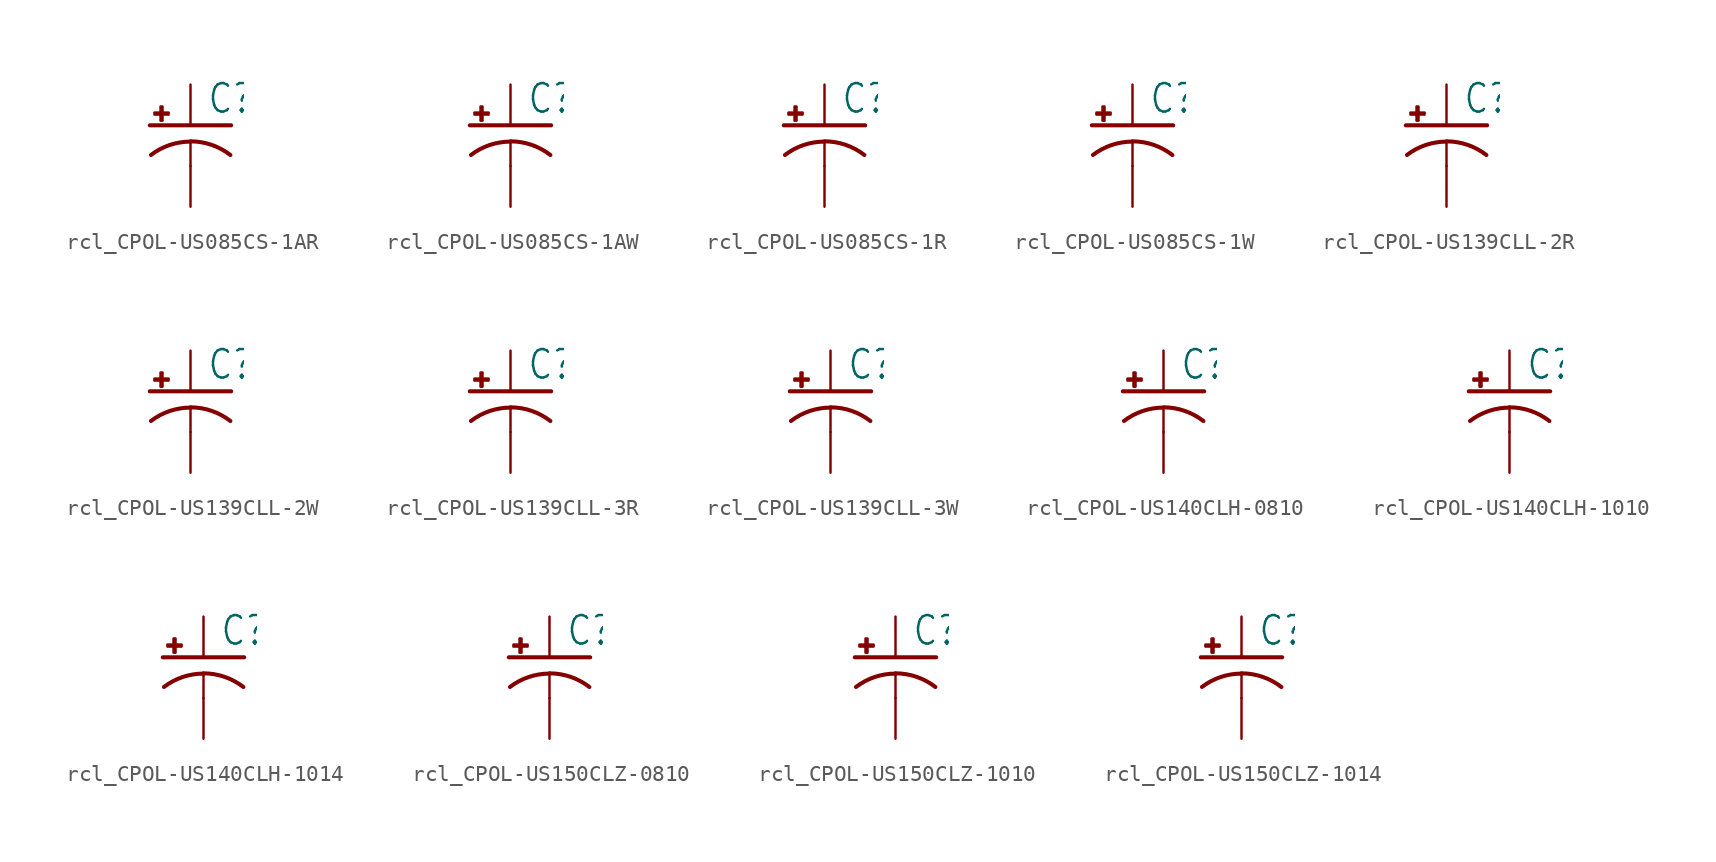
<source format=kicad_sym>
(kicad_symbol_lib
  (version 20220914)
  (generator kicad_symbol_editor)
  (symbol "rcl_CPOL-US085CS-1AR"
    (property "Reference" "C"
      (at 1.016 0.635 0)
      (effects (font (size 1.778 1.511)) (justify left bottom)))
    (property "Value" ""
      (at 1.016 -4.191 0)
      (effects (font (size 1.778 1.511)) (justify left bottom)))
    (property "ki_locked" ""
      (at 0 0 0)
      (effects (font (size 1.27 1.27))))
    (symbol "rcl_CPOL-US085CS-1AR_1_0"
      (rectangle (start -2.253 0.668) (end -1.364 0.795) (stroke (width 0) (type default)) (fill (type outline)))
      (rectangle (start -1.872 0.287) (end -1.745 1.176) (stroke (width 0) (type default)) (fill (type outline)))
      (arc (start 0 -1.0161) (mid -1.3021 -1.2303) (end -2.4669 -1.8504) (stroke (width 0.254) (type solid)) (fill (type none)))
      (polyline (pts (xy -2.54 0) (xy 2.54 0)) (stroke (width 0.254) (type solid)) (fill (type none)))
      (polyline (pts (xy 0 -1.016) (xy 0 -2.54)) (stroke (width 0.152) (type solid)) (fill (type none)))
      (arc (start 2.4892 -1.8541) (mid 1.3158 -1.2194) (end 0 -1) (stroke (width 0.254) (type solid)) (fill (type none)))
      (pin passive line (at 0 2.54 270) (length 2.54) (name "+" (effects (font (size 0 0)))) (number "+" (effects (font (size 0 0)))))
      (pin passive line (at 0 -5.08 90) (length 2.54) (name "-" (effects (font (size 0 0)))) (number "-" (effects (font (size 0 0)))))))
  (symbol "rcl_CPOL-US085CS-1AW"
    (property "Reference" "C"
      (at 1.016 0.635 0)
      (effects (font (size 1.778 1.511)) (justify left bottom)))
    (property "Value" ""
      (at 1.016 -4.191 0)
      (effects (font (size 1.778 1.511)) (justify left bottom)))
    (property "ki_locked" ""
      (at 0 0 0)
      (effects (font (size 1.27 1.27))))
    (symbol "rcl_CPOL-US085CS-1AW_1_0"
      (rectangle (start -2.253 0.668) (end -1.364 0.795) (stroke (width 0) (type default)) (fill (type outline)))
      (rectangle (start -1.872 0.287) (end -1.745 1.176) (stroke (width 0) (type default)) (fill (type outline)))
      (arc (start 0 -1.0161) (mid -1.3021 -1.2303) (end -2.4669 -1.8504) (stroke (width 0.254) (type solid)) (fill (type none)))
      (polyline (pts (xy -2.54 0) (xy 2.54 0)) (stroke (width 0.254) (type solid)) (fill (type none)))
      (polyline (pts (xy 0 -1.016) (xy 0 -2.54)) (stroke (width 0.152) (type solid)) (fill (type none)))
      (arc (start 2.4892 -1.8541) (mid 1.3158 -1.2194) (end 0 -1) (stroke (width 0.254) (type solid)) (fill (type none)))
      (pin passive line (at 0 2.54 270) (length 2.54) (name "+" (effects (font (size 0 0)))) (number "+" (effects (font (size 0 0)))))
      (pin passive line (at 0 -5.08 90) (length 2.54) (name "-" (effects (font (size 0 0)))) (number "-" (effects (font (size 0 0)))))))
  (symbol "rcl_CPOL-US085CS-1R"
    (property "Reference" "C"
      (at 1.016 0.635 0)
      (effects (font (size 1.778 1.511)) (justify left bottom)))
    (property "Value" ""
      (at 1.016 -4.191 0)
      (effects (font (size 1.778 1.511)) (justify left bottom)))
    (property "ki_locked" ""
      (at 0 0 0)
      (effects (font (size 1.27 1.27))))
    (symbol "rcl_CPOL-US085CS-1R_1_0"
      (rectangle (start -2.253 0.668) (end -1.364 0.795) (stroke (width 0) (type default)) (fill (type outline)))
      (rectangle (start -1.872 0.287) (end -1.745 1.176) (stroke (width 0) (type default)) (fill (type outline)))
      (arc (start 0 -1.0161) (mid -1.3021 -1.2303) (end -2.4669 -1.8504) (stroke (width 0.254) (type solid)) (fill (type none)))
      (polyline (pts (xy -2.54 0) (xy 2.54 0)) (stroke (width 0.254) (type solid)) (fill (type none)))
      (polyline (pts (xy 0 -1.016) (xy 0 -2.54)) (stroke (width 0.152) (type solid)) (fill (type none)))
      (arc (start 2.4892 -1.8541) (mid 1.3158 -1.2194) (end 0 -1) (stroke (width 0.254) (type solid)) (fill (type none)))
      (pin passive line (at 0 2.54 270) (length 2.54) (name "+" (effects (font (size 0 0)))) (number "+" (effects (font (size 0 0)))))
      (pin passive line (at 0 -5.08 90) (length 2.54) (name "-" (effects (font (size 0 0)))) (number "-" (effects (font (size 0 0)))))))
  (symbol "rcl_CPOL-US085CS-1W"
    (property "Reference" "C"
      (at 1.016 0.635 0)
      (effects (font (size 1.778 1.511)) (justify left bottom)))
    (property "Value" ""
      (at 1.016 -4.191 0)
      (effects (font (size 1.778 1.511)) (justify left bottom)))
    (property "ki_locked" ""
      (at 0 0 0)
      (effects (font (size 1.27 1.27))))
    (symbol "rcl_CPOL-US085CS-1W_1_0"
      (rectangle (start -2.253 0.668) (end -1.364 0.795) (stroke (width 0) (type default)) (fill (type outline)))
      (rectangle (start -1.872 0.287) (end -1.745 1.176) (stroke (width 0) (type default)) (fill (type outline)))
      (arc (start 0 -1.0161) (mid -1.3021 -1.2303) (end -2.4669 -1.8504) (stroke (width 0.254) (type solid)) (fill (type none)))
      (polyline (pts (xy -2.54 0) (xy 2.54 0)) (stroke (width 0.254) (type solid)) (fill (type none)))
      (polyline (pts (xy 0 -1.016) (xy 0 -2.54)) (stroke (width 0.152) (type solid)) (fill (type none)))
      (arc (start 2.4892 -1.8541) (mid 1.3158 -1.2194) (end 0 -1) (stroke (width 0.254) (type solid)) (fill (type none)))
      (pin passive line (at 0 2.54 270) (length 2.54) (name "+" (effects (font (size 0 0)))) (number "+" (effects (font (size 0 0)))))
      (pin passive line (at 0 -5.08 90) (length 2.54) (name "-" (effects (font (size 0 0)))) (number "-" (effects (font (size 0 0)))))))
  (symbol "rcl_CPOL-US139CLL-2R"
    (property "Reference" "C"
      (at 1.016 0.635 0)
      (effects (font (size 1.778 1.511)) (justify left bottom)))
    (property "Value" ""
      (at 1.016 -4.191 0)
      (effects (font (size 1.778 1.511)) (justify left bottom)))
    (property "ki_locked" ""
      (at 0 0 0)
      (effects (font (size 1.27 1.27))))
    (symbol "rcl_CPOL-US139CLL-2R_1_0"
      (rectangle (start -2.253 0.668) (end -1.364 0.795) (stroke (width 0) (type default)) (fill (type outline)))
      (rectangle (start -1.872 0.287) (end -1.745 1.176) (stroke (width 0) (type default)) (fill (type outline)))
      (arc (start 0 -1.0161) (mid -1.3021 -1.2303) (end -2.4669 -1.8504) (stroke (width 0.254) (type solid)) (fill (type none)))
      (polyline (pts (xy -2.54 0) (xy 2.54 0)) (stroke (width 0.254) (type solid)) (fill (type none)))
      (polyline (pts (xy 0 -1.016) (xy 0 -2.54)) (stroke (width 0.152) (type solid)) (fill (type none)))
      (arc (start 2.4892 -1.8541) (mid 1.3158 -1.2194) (end 0 -1) (stroke (width 0.254) (type solid)) (fill (type none)))
      (pin passive line (at 0 2.54 270) (length 2.54) (name "+" (effects (font (size 0 0)))) (number "+" (effects (font (size 0 0)))))
      (pin passive line (at 0 -5.08 90) (length 2.54) (name "-" (effects (font (size 0 0)))) (number "-" (effects (font (size 0 0)))))))
  (symbol "rcl_CPOL-US139CLL-2W"
    (property "Reference" "C"
      (at 1.016 0.635 0)
      (effects (font (size 1.778 1.511)) (justify left bottom)))
    (property "Value" ""
      (at 1.016 -4.191 0)
      (effects (font (size 1.778 1.511)) (justify left bottom)))
    (property "ki_locked" ""
      (at 0 0 0)
      (effects (font (size 1.27 1.27))))
    (symbol "rcl_CPOL-US139CLL-2W_1_0"
      (rectangle (start -2.253 0.668) (end -1.364 0.795) (stroke (width 0) (type default)) (fill (type outline)))
      (rectangle (start -1.872 0.287) (end -1.745 1.176) (stroke (width 0) (type default)) (fill (type outline)))
      (arc (start 0 -1.0161) (mid -1.3021 -1.2303) (end -2.4669 -1.8504) (stroke (width 0.254) (type solid)) (fill (type none)))
      (polyline (pts (xy -2.54 0) (xy 2.54 0)) (stroke (width 0.254) (type solid)) (fill (type none)))
      (polyline (pts (xy 0 -1.016) (xy 0 -2.54)) (stroke (width 0.152) (type solid)) (fill (type none)))
      (arc (start 2.4892 -1.8541) (mid 1.3158 -1.2194) (end 0 -1) (stroke (width 0.254) (type solid)) (fill (type none)))
      (pin passive line (at 0 2.54 270) (length 2.54) (name "+" (effects (font (size 0 0)))) (number "+" (effects (font (size 0 0)))))
      (pin passive line (at 0 -5.08 90) (length 2.54) (name "-" (effects (font (size 0 0)))) (number "-" (effects (font (size 0 0)))))))
  (symbol "rcl_CPOL-US139CLL-3R"
    (property "Reference" "C"
      (at 1.016 0.635 0)
      (effects (font (size 1.778 1.511)) (justify left bottom)))
    (property "Value" ""
      (at 1.016 -4.191 0)
      (effects (font (size 1.778 1.511)) (justify left bottom)))
    (property "ki_locked" ""
      (at 0 0 0)
      (effects (font (size 1.27 1.27))))
    (symbol "rcl_CPOL-US139CLL-3R_1_0"
      (rectangle (start -2.253 0.668) (end -1.364 0.795) (stroke (width 0) (type default)) (fill (type outline)))
      (rectangle (start -1.872 0.287) (end -1.745 1.176) (stroke (width 0) (type default)) (fill (type outline)))
      (arc (start 0 -1.0161) (mid -1.3021 -1.2303) (end -2.4669 -1.8504) (stroke (width 0.254) (type solid)) (fill (type none)))
      (polyline (pts (xy -2.54 0) (xy 2.54 0)) (stroke (width 0.254) (type solid)) (fill (type none)))
      (polyline (pts (xy 0 -1.016) (xy 0 -2.54)) (stroke (width 0.152) (type solid)) (fill (type none)))
      (arc (start 2.4892 -1.8541) (mid 1.3158 -1.2194) (end 0 -1) (stroke (width 0.254) (type solid)) (fill (type none)))
      (pin passive line (at 0 2.54 270) (length 2.54) (name "+" (effects (font (size 0 0)))) (number "+" (effects (font (size 0 0)))))
      (pin passive line (at 0 -5.08 90) (length 2.54) (name "-" (effects (font (size 0 0)))) (number "-" (effects (font (size 0 0)))))))
  (symbol "rcl_CPOL-US139CLL-3W"
    (property "Reference" "C"
      (at 1.016 0.635 0)
      (effects (font (size 1.778 1.511)) (justify left bottom)))
    (property "Value" ""
      (at 1.016 -4.191 0)
      (effects (font (size 1.778 1.511)) (justify left bottom)))
    (property "ki_locked" ""
      (at 0 0 0)
      (effects (font (size 1.27 1.27))))
    (symbol "rcl_CPOL-US139CLL-3W_1_0"
      (rectangle (start -2.253 0.668) (end -1.364 0.795) (stroke (width 0) (type default)) (fill (type outline)))
      (rectangle (start -1.872 0.287) (end -1.745 1.176) (stroke (width 0) (type default)) (fill (type outline)))
      (arc (start 0 -1.0161) (mid -1.3021 -1.2303) (end -2.4669 -1.8504) (stroke (width 0.254) (type solid)) (fill (type none)))
      (polyline (pts (xy -2.54 0) (xy 2.54 0)) (stroke (width 0.254) (type solid)) (fill (type none)))
      (polyline (pts (xy 0 -1.016) (xy 0 -2.54)) (stroke (width 0.152) (type solid)) (fill (type none)))
      (arc (start 2.4892 -1.8541) (mid 1.3158 -1.2194) (end 0 -1) (stroke (width 0.254) (type solid)) (fill (type none)))
      (pin passive line (at 0 2.54 270) (length 2.54) (name "+" (effects (font (size 0 0)))) (number "+" (effects (font (size 0 0)))))
      (pin passive line (at 0 -5.08 90) (length 2.54) (name "-" (effects (font (size 0 0)))) (number "-" (effects (font (size 0 0)))))))
  (symbol "rcl_CPOL-US140CLH-0810"
    (property "Reference" "C"
      (at 1.016 0.635 0)
      (effects (font (size 1.778 1.511)) (justify left bottom)))
    (property "Value" ""
      (at 1.016 -4.191 0)
      (effects (font (size 1.778 1.511)) (justify left bottom)))
    (property "ki_locked" ""
      (at 0 0 0)
      (effects (font (size 1.27 1.27))))
    (symbol "rcl_CPOL-US140CLH-0810_1_0"
      (rectangle (start -2.253 0.668) (end -1.364 0.795) (stroke (width 0) (type default)) (fill (type outline)))
      (rectangle (start -1.872 0.287) (end -1.745 1.176) (stroke (width 0) (type default)) (fill (type outline)))
      (arc (start 0 -1.0161) (mid -1.3021 -1.2303) (end -2.4669 -1.8504) (stroke (width 0.254) (type solid)) (fill (type none)))
      (polyline (pts (xy -2.54 0) (xy 2.54 0)) (stroke (width 0.254) (type solid)) (fill (type none)))
      (polyline (pts (xy 0 -1.016) (xy 0 -2.54)) (stroke (width 0.152) (type solid)) (fill (type none)))
      (arc (start 2.4892 -1.8541) (mid 1.3158 -1.2194) (end 0 -1) (stroke (width 0.254) (type solid)) (fill (type none)))
      (pin passive line (at 0 2.54 270) (length 2.54) (name "+" (effects (font (size 0 0)))) (number "+" (effects (font (size 0 0)))))
      (pin passive line (at 0 -5.08 90) (length 2.54) (name "-" (effects (font (size 0 0)))) (number "-" (effects (font (size 0 0)))))))
  (symbol "rcl_CPOL-US140CLH-1010"
    (property "Reference" "C"
      (at 1.016 0.635 0)
      (effects (font (size 1.778 1.511)) (justify left bottom)))
    (property "Value" ""
      (at 1.016 -4.191 0)
      (effects (font (size 1.778 1.511)) (justify left bottom)))
    (property "ki_locked" ""
      (at 0 0 0)
      (effects (font (size 1.27 1.27))))
    (symbol "rcl_CPOL-US140CLH-1010_1_0"
      (rectangle (start -2.253 0.668) (end -1.364 0.795) (stroke (width 0) (type default)) (fill (type outline)))
      (rectangle (start -1.872 0.287) (end -1.745 1.176) (stroke (width 0) (type default)) (fill (type outline)))
      (arc (start 0 -1.0161) (mid -1.3021 -1.2303) (end -2.4669 -1.8504) (stroke (width 0.254) (type solid)) (fill (type none)))
      (polyline (pts (xy -2.54 0) (xy 2.54 0)) (stroke (width 0.254) (type solid)) (fill (type none)))
      (polyline (pts (xy 0 -1.016) (xy 0 -2.54)) (stroke (width 0.152) (type solid)) (fill (type none)))
      (arc (start 2.4892 -1.8541) (mid 1.3158 -1.2194) (end 0 -1) (stroke (width 0.254) (type solid)) (fill (type none)))
      (pin passive line (at 0 2.54 270) (length 2.54) (name "+" (effects (font (size 0 0)))) (number "+" (effects (font (size 0 0)))))
      (pin passive line (at 0 -5.08 90) (length 2.54) (name "-" (effects (font (size 0 0)))) (number "-" (effects (font (size 0 0)))))))
  (symbol "rcl_CPOL-US140CLH-1014"
    (property "Reference" "C"
      (at 1.016 0.635 0)
      (effects (font (size 1.778 1.511)) (justify left bottom)))
    (property "Value" ""
      (at 1.016 -4.191 0)
      (effects (font (size 1.778 1.511)) (justify left bottom)))
    (property "ki_locked" ""
      (at 0 0 0)
      (effects (font (size 1.27 1.27))))
    (symbol "rcl_CPOL-US140CLH-1014_1_0"
      (rectangle (start -2.253 0.668) (end -1.364 0.795) (stroke (width 0) (type default)) (fill (type outline)))
      (rectangle (start -1.872 0.287) (end -1.745 1.176) (stroke (width 0) (type default)) (fill (type outline)))
      (arc (start 0 -1.0161) (mid -1.3021 -1.2303) (end -2.4669 -1.8504) (stroke (width 0.254) (type solid)) (fill (type none)))
      (polyline (pts (xy -2.54 0) (xy 2.54 0)) (stroke (width 0.254) (type solid)) (fill (type none)))
      (polyline (pts (xy 0 -1.016) (xy 0 -2.54)) (stroke (width 0.152) (type solid)) (fill (type none)))
      (arc (start 2.4892 -1.8541) (mid 1.3158 -1.2194) (end 0 -1) (stroke (width 0.254) (type solid)) (fill (type none)))
      (pin passive line (at 0 2.54 270) (length 2.54) (name "+" (effects (font (size 0 0)))) (number "+" (effects (font (size 0 0)))))
      (pin passive line (at 0 -5.08 90) (length 2.54) (name "-" (effects (font (size 0 0)))) (number "-" (effects (font (size 0 0)))))))
  (symbol "rcl_CPOL-US150CLZ-0810"
    (property "Reference" "C"
      (at 1.016 0.635 0)
      (effects (font (size 1.778 1.511)) (justify left bottom)))
    (property "Value" ""
      (at 1.016 -4.191 0)
      (effects (font (size 1.778 1.511)) (justify left bottom)))
    (property "ki_locked" ""
      (at 0 0 0)
      (effects (font (size 1.27 1.27))))
    (symbol "rcl_CPOL-US150CLZ-0810_1_0"
      (rectangle (start -2.253 0.668) (end -1.364 0.795) (stroke (width 0) (type default)) (fill (type outline)))
      (rectangle (start -1.872 0.287) (end -1.745 1.176) (stroke (width 0) (type default)) (fill (type outline)))
      (arc (start 0 -1.0161) (mid -1.3021 -1.2303) (end -2.4669 -1.8504) (stroke (width 0.254) (type solid)) (fill (type none)))
      (polyline (pts (xy -2.54 0) (xy 2.54 0)) (stroke (width 0.254) (type solid)) (fill (type none)))
      (polyline (pts (xy 0 -1.016) (xy 0 -2.54)) (stroke (width 0.152) (type solid)) (fill (type none)))
      (arc (start 2.4892 -1.8541) (mid 1.3158 -1.2194) (end 0 -1) (stroke (width 0.254) (type solid)) (fill (type none)))
      (pin passive line (at 0 2.54 270) (length 2.54) (name "+" (effects (font (size 0 0)))) (number "+" (effects (font (size 0 0)))))
      (pin passive line (at 0 -5.08 90) (length 2.54) (name "-" (effects (font (size 0 0)))) (number "-" (effects (font (size 0 0)))))))
  (symbol "rcl_CPOL-US150CLZ-1010"
    (property "Reference" "C"
      (at 1.016 0.635 0)
      (effects (font (size 1.778 1.511)) (justify left bottom)))
    (property "Value" ""
      (at 1.016 -4.191 0)
      (effects (font (size 1.778 1.511)) (justify left bottom)))
    (property "ki_locked" ""
      (at 0 0 0)
      (effects (font (size 1.27 1.27))))
    (symbol "rcl_CPOL-US150CLZ-1010_1_0"
      (rectangle (start -2.253 0.668) (end -1.364 0.795) (stroke (width 0) (type default)) (fill (type outline)))
      (rectangle (start -1.872 0.287) (end -1.745 1.176) (stroke (width 0) (type default)) (fill (type outline)))
      (arc (start 0 -1.0161) (mid -1.3021 -1.2303) (end -2.4669 -1.8504) (stroke (width 0.254) (type solid)) (fill (type none)))
      (polyline (pts (xy -2.54 0) (xy 2.54 0)) (stroke (width 0.254) (type solid)) (fill (type none)))
      (polyline (pts (xy 0 -1.016) (xy 0 -2.54)) (stroke (width 0.152) (type solid)) (fill (type none)))
      (arc (start 2.4892 -1.8541) (mid 1.3158 -1.2194) (end 0 -1) (stroke (width 0.254) (type solid)) (fill (type none)))
      (pin passive line (at 0 2.54 270) (length 2.54) (name "+" (effects (font (size 0 0)))) (number "+" (effects (font (size 0 0)))))
      (pin passive line (at 0 -5.08 90) (length 2.54) (name "-" (effects (font (size 0 0)))) (number "-" (effects (font (size 0 0)))))))
  (symbol "rcl_CPOL-US150CLZ-1014"
    (property "Reference" "C"
      (at 1.016 0.635 0)
      (effects (font (size 1.778 1.511)) (justify left bottom)))
    (property "Value" ""
      (at 1.016 -4.191 0)
      (effects (font (size 1.778 1.511)) (justify left bottom)))
    (property "ki_locked" ""
      (at 0 0 0)
      (effects (font (size 1.27 1.27))))
    (symbol "rcl_CPOL-US150CLZ-1014_1_0"
      (rectangle (start -2.253 0.668) (end -1.364 0.795) (stroke (width 0) (type default)) (fill (type outline)))
      (rectangle (start -1.872 0.287) (end -1.745 1.176) (stroke (width 0) (type default)) (fill (type outline)))
      (arc (start 0 -1.0161) (mid -1.3021 -1.2303) (end -2.4669 -1.8504) (stroke (width 0.254) (type solid)) (fill (type none)))
      (polyline (pts (xy -2.54 0) (xy 2.54 0)) (stroke (width 0.254) (type solid)) (fill (type none)))
      (polyline (pts (xy 0 -1.016) (xy 0 -2.54)) (stroke (width 0.152) (type solid)) (fill (type none)))
      (arc (start 2.4892 -1.8541) (mid 1.3158 -1.2194) (end 0 -1) (stroke (width 0.254) (type solid)) (fill (type none)))
      (pin passive line (at 0 2.54 270) (length 2.54) (name "+" (effects (font (size 0 0)))) (number "+" (effects (font (size 0 0)))))
      (pin passive line (at 0 -5.08 90) (length 2.54) (name "-" (effects (font (size 0 0)))) (number "-" (effects (font (size 0 0))))))))
</source>
